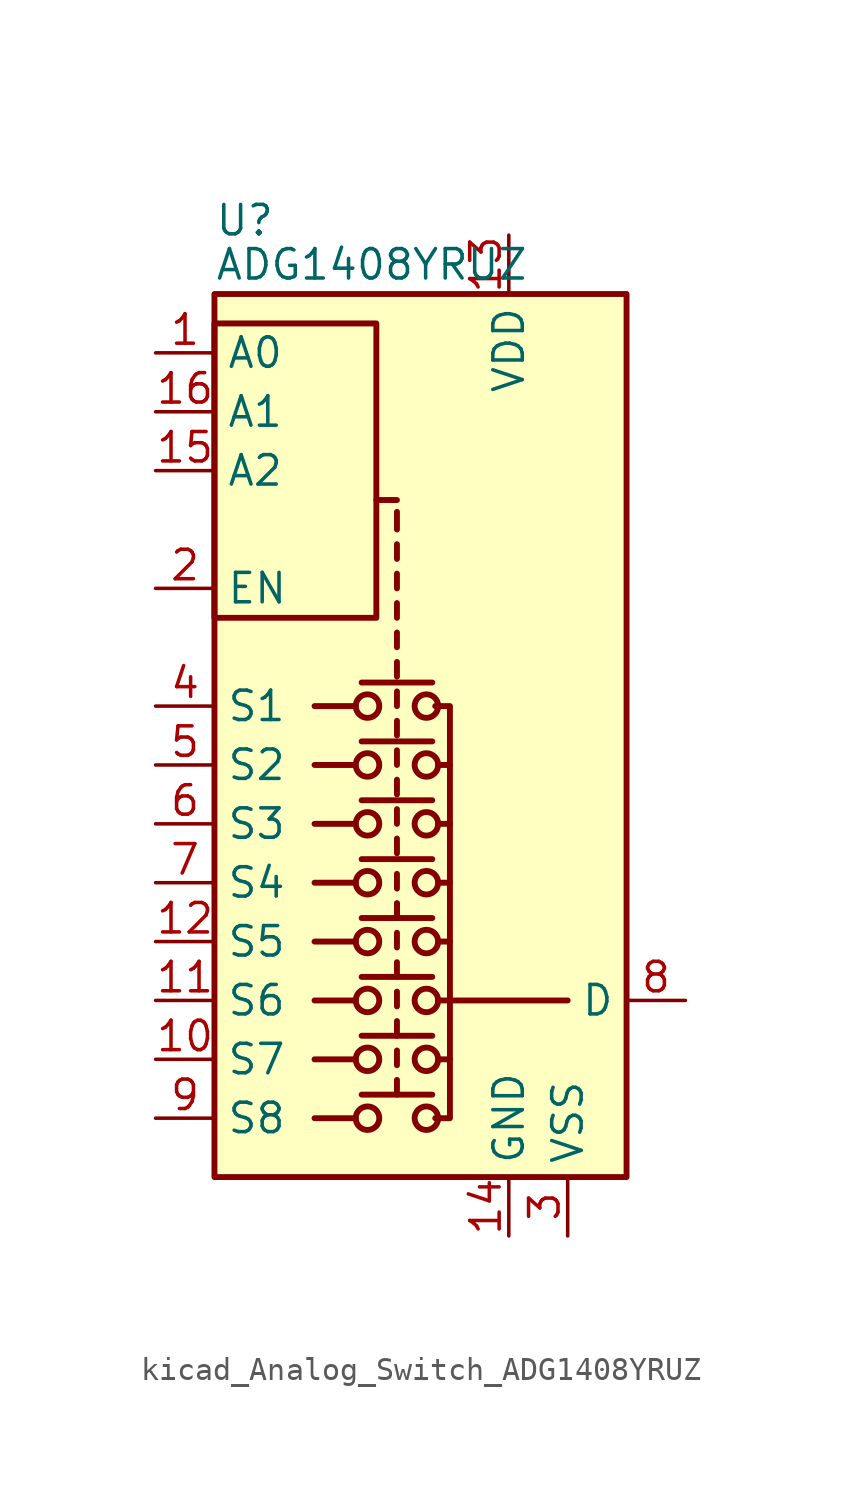
<source format=kicad_sym>
(kicad_symbol_lib
  (version 20220914)
  (generator kicad_symbol_editor)
  (symbol "kicad_Analog_Switch_ADG1408YRUZ"
    (property "Reference" "U"
      (at -7.62 23.495 0)
      (effects (font (size 1.27 1.27)) (justify left)))
    (property "Value" "ADG1408YRUZ"
      (at -7.62 21.59 0)
      (effects (font (size 1.27 1.27)) (justify left)))
    (symbol "kicad_Analog_Switch_ADG1408YRUZ_0_0"
      (pin power_in line (at 5.08 -20.32 90) (length 2.54) (name "GND" (effects (font (size 1.27 1.27)))) (number "14" (effects (font (size 1.27 1.27))))))
    (symbol "kicad_Analog_Switch_ADG1408YRUZ_0_1"
      (rectangle (start -7.62 6.35) (end -0.635 19.05) (stroke (width 0.254) (type default)) (fill (type none)))
      (rectangle (start -7.62 20.32) (end 10.16 -17.78) (stroke (width 0.254) (type default)) (fill (type background)))
      (circle (center -1.016 -15.24) (radius 0.508) (stroke (width 0.254) (type default)) (fill (type none)))
      (circle (center -1.016 -12.7) (radius 0.508) (stroke (width 0.254) (type default)) (fill (type none)))
      (circle (center -1.016 -10.16) (radius 0.508) (stroke (width 0.254) (type default)) (fill (type none)))
      (circle (center -1.016 -7.62) (radius 0.508) (stroke (width 0.254) (type default)) (fill (type none)))
      (circle (center -1.016 -5.08) (radius 0.508) (stroke (width 0.254) (type default)) (fill (type none)))
      (circle (center -1.016 -2.54) (radius 0.508) (stroke (width 0.254) (type default)) (fill (type none)))
      (circle (center -1.016 0) (radius 0.508) (stroke (width 0.254) (type default)) (fill (type none)))
      (circle (center -1.016 2.54) (radius 0.508) (stroke (width 0.254) (type default)) (fill (type none)))
      (polyline (pts (xy -1.524 -15.24) (xy -3.302 -15.24)) (stroke (width 0.254) (type default)) (fill (type none)))
      (polyline (pts (xy -1.524 -12.7) (xy -3.302 -12.7)) (stroke (width 0.254) (type default)) (fill (type none)))
      (polyline (pts (xy -1.524 -10.16) (xy -3.302 -10.16)) (stroke (width 0.254) (type default)) (fill (type none)))
      (polyline (pts (xy -1.524 -7.62) (xy -3.302 -7.62)) (stroke (width 0.254) (type default)) (fill (type none)))
      (polyline (pts (xy -1.524 -5.08) (xy -3.302 -5.08)) (stroke (width 0.254) (type default)) (fill (type none)))
      (polyline (pts (xy -1.524 -2.54) (xy -3.302 -2.54)) (stroke (width 0.254) (type default)) (fill (type none)))
      (polyline (pts (xy -1.524 0) (xy -3.302 0)) (stroke (width 0.254) (type default)) (fill (type none)))
      (polyline (pts (xy -1.524 2.54) (xy -3.302 2.54)) (stroke (width 0.254) (type default)) (fill (type none)))
      (polyline (pts (xy -1.27 -14.224) (xy 1.778 -14.224)) (stroke (width 0.254) (type default)) (fill (type none)))
      (polyline (pts (xy -1.27 -11.684) (xy 1.778 -11.684)) (stroke (width 0.254) (type default)) (fill (type none)))
      (polyline (pts (xy -1.27 -9.144) (xy 1.778 -9.144)) (stroke (width 0.254) (type default)) (fill (type none)))
      (polyline (pts (xy -1.27 -6.604) (xy 1.778 -6.604)) (stroke (width 0.254) (type default)) (fill (type none)))
      (polyline (pts (xy -1.27 -4.064) (xy 1.778 -4.064)) (stroke (width 0.254) (type default)) (fill (type none)))
      (polyline (pts (xy -1.27 -1.524) (xy 1.778 -1.524)) (stroke (width 0.254) (type default)) (fill (type none)))
      (polyline (pts (xy -1.27 1.016) (xy 1.778 1.016)) (stroke (width 0.254) (type default)) (fill (type none)))
      (polyline (pts (xy -1.27 3.556) (xy 1.778 3.556)) (stroke (width 0.254) (type default)) (fill (type none)))
      (polyline (pts (xy -0.635 11.43) (xy 0 11.43)) (stroke (width 0.254) (type default)) (fill (type none)))
      (polyline (pts (xy 0.254 -14.224) (xy 0.254 -13.589)) (stroke (width 0.254) (type default)) (fill (type none)))
      (polyline (pts (xy 0.254 -12.954) (xy 0.254 -12.319)) (stroke (width 0.254) (type default)) (fill (type none)))
      (polyline (pts (xy 0.254 -11.684) (xy 0.254 -11.049)) (stroke (width 0.254) (type default)) (fill (type none)))
      (polyline (pts (xy 0.254 -10.414) (xy 0.254 -9.779)) (stroke (width 0.254) (type default)) (fill (type none)))
      (polyline (pts (xy 0.254 -9.144) (xy 0.254 -8.509)) (stroke (width 0.254) (type default)) (fill (type none)))
      (polyline (pts (xy 0.254 -7.874) (xy 0.254 -7.239)) (stroke (width 0.254) (type default)) (fill (type none)))
      (polyline (pts (xy 0.254 -6.604) (xy 0.254 -5.969)) (stroke (width 0.254) (type default)) (fill (type none)))
      (polyline (pts (xy 0.254 -6.604) (xy 0.254 -5.969)) (stroke (width 0.254) (type default)) (fill (type none)))
      (polyline (pts (xy 0.254 -5.334) (xy 0.254 -4.699)) (stroke (width 0.254) (type default)) (fill (type none)))
      (polyline (pts (xy 0.254 -3.81) (xy 0.254 -3.175)) (stroke (width 0.254) (type default)) (fill (type none)))
      (polyline (pts (xy 0.254 -2.54) (xy 0.254 -1.905)) (stroke (width 0.254) (type default)) (fill (type none)))
      (polyline (pts (xy 0.254 -1.27) (xy 0.254 -0.635)) (stroke (width 0.254) (type default)) (fill (type none)))
      (polyline (pts (xy 0.254 0) (xy 0.254 0.635)) (stroke (width 0.254) (type default)) (fill (type none)))
      (polyline (pts (xy 0.254 1.27) (xy 0.254 1.905)) (stroke (width 0.254) (type default)) (fill (type none)))
      (polyline (pts (xy 0.254 2.54) (xy 0.254 3.175)) (stroke (width 0.254) (type default)) (fill (type none)))
      (polyline (pts (xy 0.254 3.81) (xy 0.254 4.445)) (stroke (width 0.254) (type default)) (fill (type none)))
      (polyline (pts (xy 0.254 5.08) (xy 0.254 5.715)) (stroke (width 0.254) (type default)) (fill (type none)))
      (polyline (pts (xy 0.254 6.35) (xy 0.254 6.985)) (stroke (width 0.254) (type default)) (fill (type none)))
      (polyline (pts (xy 0.254 7.62) (xy 0.254 8.255)) (stroke (width 0.254) (type default)) (fill (type none)))
      (polyline (pts (xy 0.254 8.89) (xy 0.254 9.525)) (stroke (width 0.254) (type default)) (fill (type none)))
      (polyline (pts (xy 0.254 10.16) (xy 0.254 10.922)) (stroke (width 0.254) (type default)) (fill (type none)))
      (polyline (pts (xy 0.254 11.43) (xy 0 11.43)) (stroke (width 0.254) (type default)) (fill (type none)))
      (polyline (pts (xy 2.032 -12.7) (xy 2.54 -12.7)) (stroke (width 0.254) (type default)) (fill (type none)))
      (polyline (pts (xy 2.032 -10.16) (xy 2.54 -10.16)) (stroke (width 0.254) (type default)) (fill (type none)))
      (polyline (pts (xy 2.032 -7.62) (xy 2.54 -7.62)) (stroke (width 0.254) (type default)) (fill (type none)))
      (polyline (pts (xy 2.032 -5.08) (xy 2.54 -5.08)) (stroke (width 0.254) (type default)) (fill (type none)))
      (polyline (pts (xy 2.032 -2.54) (xy 2.54 -2.54)) (stroke (width 0.254) (type default)) (fill (type none)))
      (polyline (pts (xy 2.032 0) (xy 2.54 0)) (stroke (width 0.254) (type default)) (fill (type none)))
      (polyline (pts (xy 2.54 -10.16) (xy 7.62 -10.16)) (stroke (width 0.254) (type default)) (fill (type none)))
      (polyline (pts (xy 1.905 2.54) (xy 2.54 2.54) (xy 2.54 -15.24) (xy 1.905 -15.24)) (stroke (width 0.254) (type default)) (fill (type none)))
      (circle (center 1.524 -15.24) (radius 0.508) (stroke (width 0.254) (type default)) (fill (type none)))
      (circle (center 1.524 -12.7) (radius 0.508) (stroke (width 0.254) (type default)) (fill (type none)))
      (circle (center 1.524 -10.16) (radius 0.508) (stroke (width 0.254) (type default)) (fill (type none)))
      (circle (center 1.524 -7.62) (radius 0.508) (stroke (width 0.254) (type default)) (fill (type none)))
      (circle (center 1.524 -5.08) (radius 0.508) (stroke (width 0.254) (type default)) (fill (type none)))
      (circle (center 1.524 -2.54) (radius 0.508) (stroke (width 0.254) (type default)) (fill (type none)))
      (circle (center 1.524 0) (radius 0.508) (stroke (width 0.254) (type default)) (fill (type none)))
      (circle (center 1.524 2.54) (radius 0.508) (stroke (width 0.254) (type default)) (fill (type none))))
    (symbol "kicad_Analog_Switch_ADG1408YRUZ_1_1"
      (pin input line (at -10.16 17.78 0) (length 2.54) (name "A0" (effects (font (size 1.27 1.27)))) (number "1" (effects (font (size 1.27 1.27)))))
      (pin bidirectional line (at -10.16 -12.7 0) (length 2.54) (name "S7" (effects (font (size 1.27 1.27)))) (number "10" (effects (font (size 1.27 1.27)))))
      (pin bidirectional line (at -10.16 -10.16 0) (length 2.54) (name "S6" (effects (font (size 1.27 1.27)))) (number "11" (effects (font (size 1.27 1.27)))))
      (pin bidirectional line (at -10.16 -7.62 0) (length 2.54) (name "S5" (effects (font (size 1.27 1.27)))) (number "12" (effects (font (size 1.27 1.27)))))
      (pin power_in line (at 5.08 22.86 270) (length 2.54) (name "VDD" (effects (font (size 1.27 1.27)))) (number "13" (effects (font (size 1.27 1.27)))))
      (pin input line (at -10.16 12.7 0) (length 2.54) (name "A2" (effects (font (size 1.27 1.27)))) (number "15" (effects (font (size 1.27 1.27)))))
      (pin input line (at -10.16 15.24 0) (length 2.54) (name "A1" (effects (font (size 1.27 1.27)))) (number "16" (effects (font (size 1.27 1.27)))))
      (pin input line (at -10.16 7.62 0) (length 2.54) (name "EN" (effects (font (size 1.27 1.27)))) (number "2" (effects (font (size 1.27 1.27)))))
      (pin power_in line (at 7.62 -20.32 90) (length 2.54) (name "VSS" (effects (font (size 1.27 1.27)))) (number "3" (effects (font (size 1.27 1.27)))))
      (pin bidirectional line (at -10.16 2.54 0) (length 2.54) (name "S1" (effects (font (size 1.27 1.27)))) (number "4" (effects (font (size 1.27 1.27)))))
      (pin bidirectional line (at -10.16 0 0) (length 2.54) (name "S2" (effects (font (size 1.27 1.27)))) (number "5" (effects (font (size 1.27 1.27)))))
      (pin bidirectional line (at -10.16 -2.54 0) (length 2.54) (name "S3" (effects (font (size 1.27 1.27)))) (number "6" (effects (font (size 1.27 1.27)))))
      (pin bidirectional line (at -10.16 -5.08 0) (length 2.54) (name "S4" (effects (font (size 1.27 1.27)))) (number "7" (effects (font (size 1.27 1.27)))))
      (pin bidirectional line (at 12.7 -10.16 180) (length 2.54) (name "D" (effects (font (size 1.27 1.27)))) (number "8" (effects (font (size 1.27 1.27)))))
      (pin bidirectional line (at -10.16 -15.24 0) (length 2.54) (name "S8" (effects (font (size 1.27 1.27)))) (number "9" (effects (font (size 1.27 1.27))))))))
</source>
